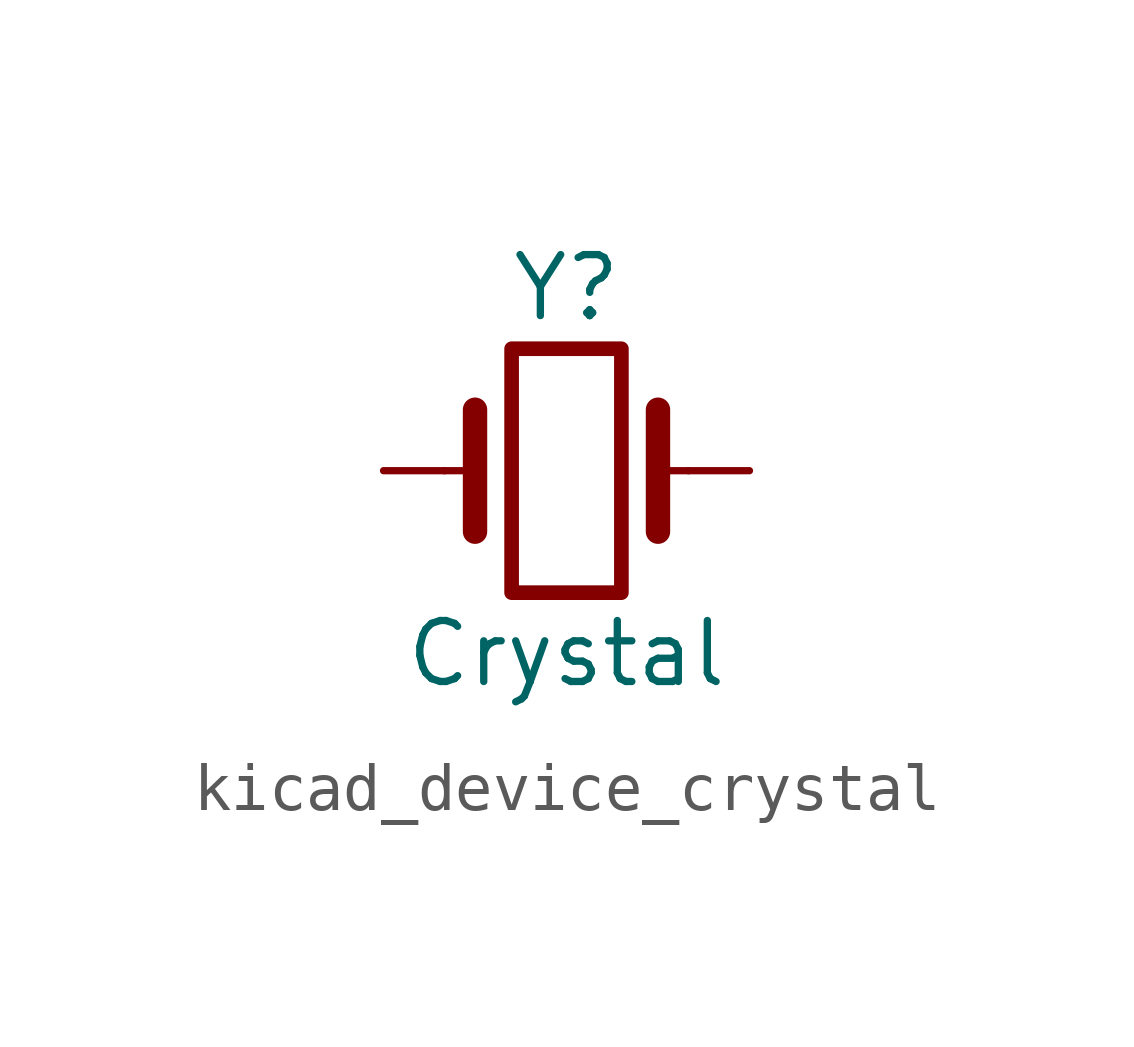
<source format=kicad_sym>
(kicad_symbol_lib
  (version 20220914)
  (generator kicad_symbol_editor)
  (symbol "kicad_device_crystal"
    (pin_numbers hide)
    (pin_names
      (offset 1.016) hide)
    (property "Reference" "Y"
      (at 0 3.81 0)
      (effects (font (size 1.27 1.27))))
    (property "Value" "Crystal"
      (at 0 -3.81 0)
      (effects (font (size 1.27 1.27))))
    (symbol "kicad_device_crystal_0_1"
      (rectangle (start -1.143 2.54) (end 1.143 -2.54) (stroke (width 0.305) (type default)) (fill (type none)))
      (polyline (pts (xy -2.54 0) (xy -1.905 0)) (stroke (width 0) (type default)) (fill (type none)))
      (polyline (pts (xy -1.905 -1.27) (xy -1.905 1.27)) (stroke (width 0.508) (type default)) (fill (type none)))
      (polyline (pts (xy 1.905 -1.27) (xy 1.905 1.27)) (stroke (width 0.508) (type default)) (fill (type none)))
      (polyline (pts (xy 2.54 0) (xy 1.905 0)) (stroke (width 0) (type default)) (fill (type none))))
    (symbol "kicad_device_crystal_1_1"
      (pin passive line (at -3.81 0 0) (length 1.27) (name "1" (effects (font (size 1.27 1.27)))) (number "1" (effects (font (size 1.27 1.27)))))
      (pin passive line (at 3.81 0 180) (length 1.27) (name "2" (effects (font (size 1.27 1.27)))) (number "2" (effects (font (size 1.27 1.27))))))))
</source>
